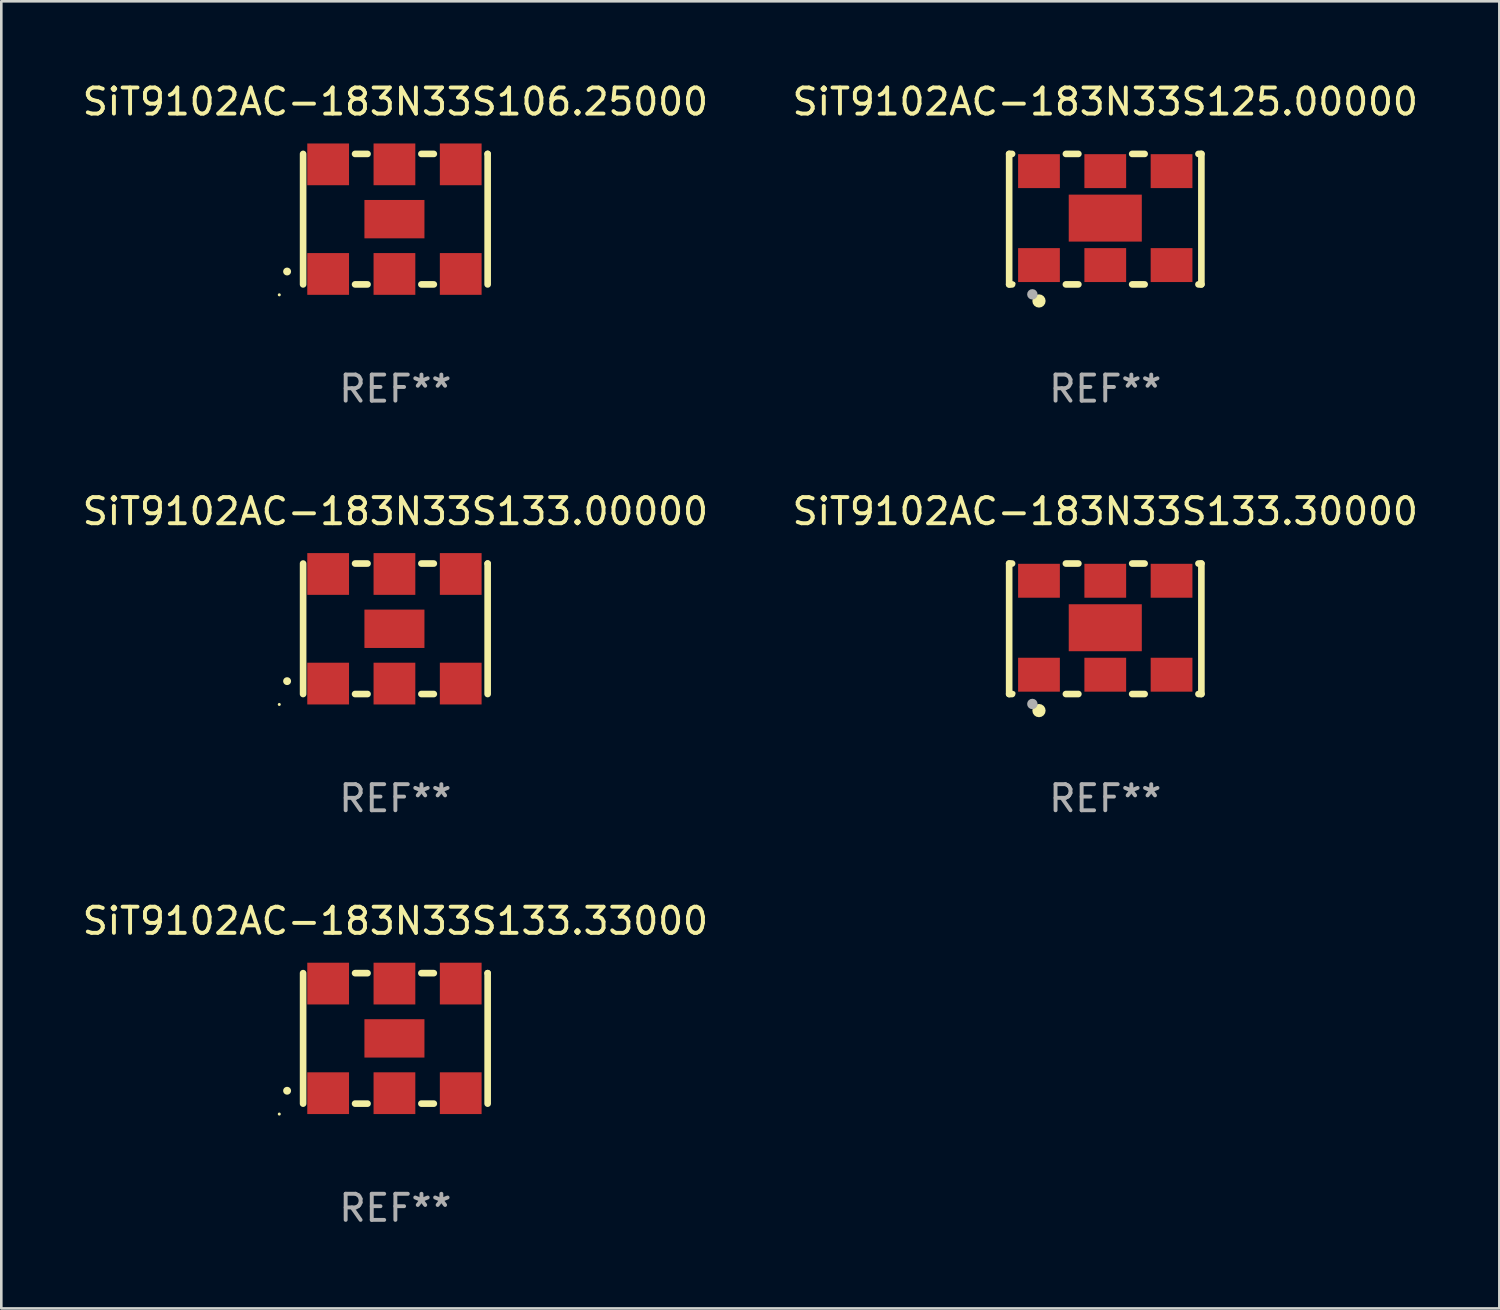
<source format=kicad_pcb>
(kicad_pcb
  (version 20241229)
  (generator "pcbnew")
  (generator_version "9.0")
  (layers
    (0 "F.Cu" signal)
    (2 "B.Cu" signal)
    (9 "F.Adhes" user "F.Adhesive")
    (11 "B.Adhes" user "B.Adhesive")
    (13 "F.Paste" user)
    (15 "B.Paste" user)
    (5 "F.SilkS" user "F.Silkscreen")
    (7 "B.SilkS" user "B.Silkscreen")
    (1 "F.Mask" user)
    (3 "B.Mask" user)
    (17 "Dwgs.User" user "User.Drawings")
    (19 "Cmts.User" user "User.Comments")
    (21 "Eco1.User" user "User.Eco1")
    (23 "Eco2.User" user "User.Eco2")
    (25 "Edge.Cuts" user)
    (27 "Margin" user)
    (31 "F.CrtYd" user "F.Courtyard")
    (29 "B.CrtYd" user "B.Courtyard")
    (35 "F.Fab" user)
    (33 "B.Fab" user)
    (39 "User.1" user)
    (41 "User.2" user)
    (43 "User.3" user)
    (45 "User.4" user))
  (footprint "SiT9102AC-183N33S133.00000"
    (layer "F.Cu")
    (at 12.101 21.045)
    (property "Reference" "SiT9102AC-183N33S133.00000" (at 0 -4.5 0) (layer "F.SilkS") (effects (font (size 1 1) (thickness 0.15))))
    (attr through_hole)
    (fp_line (start -3.536 -2.5) (end -3.536 2.5) (stroke (width 0.254) (type solid)) (layer "F.SilkS"))
    (fp_line (start -1.544 2.5) (end -1.067 2.5) (stroke (width 0.254) (type solid)) (layer "F.SilkS"))
    (fp_line (start -1.067 -2.5) (end -1.544 -2.5) (stroke (width 0.254) (type solid)) (layer "F.SilkS"))
    (fp_line (start 0.996 2.5) (end 1.473 2.5) (stroke (width 0.254) (type solid)) (layer "F.SilkS"))
    (fp_line (start 1.473 -2.5) (end 0.996 -2.5) (stroke (width 0.254) (type solid)) (layer "F.SilkS"))
    (fp_line (start 3.536 -2.5) (end 3.536 -2.5) (stroke (width 0.254) (type solid)) (layer "F.SilkS"))
    (fp_line (start 3.536 2.5) (end 3.536 -2.5) (stroke (width 0.254) (type solid)) (layer "F.SilkS"))
    (fp_arc (start -4.150432 2.006604) (mid -4.149162 2.006599) (end -4.147892 2.006604) (stroke (width 0.3) (type solid)) (layer "F.SilkS"))
    (fp_circle (center -4.449 2.9) (end -4.419 2.9) (stroke (width 0.06) (type solid)) (fill no) (layer "F.SilkS"))
    (fp_text user "REF**" (at 0 6.5 0) (layer "F.Fab") (effects (font (size 1 1) (thickness 0.15))))
    (pad "1" smd rect (at -2.576 2.1) (size 1.6 1.6) (layers "F.Cu" "F.Mask" "F.Paste"))
    (pad "2" smd rect (at -0.036 2.1) (size 1.6 1.6) (layers "F.Cu" "F.Mask" "F.Paste"))
    (pad "3" smd rect (at 2.504 2.1) (size 1.6 1.6) (layers "F.Cu" "F.Mask" "F.Paste"))
    (pad "4" smd rect (at 2.504 -2.1) (size 1.6 1.6) (layers "F.Cu" "F.Mask" "F.Paste"))
    (pad "5" smd rect (at -0.036 -2.1) (size 1.6 1.6) (layers "F.Cu" "F.Mask" "F.Paste"))
    (pad "6" smd rect (at -2.576 -2.1) (size 1.6 1.6) (layers "F.Cu" "F.Mask" "F.Paste"))
    (pad "7" smd rect (at -0.036 0) (size 2.3 1.47) (layers "F.Cu" "F.Mask" "F.Paste")))
  (footprint "SiT9102AC-183N33S133.33000"
    (layer "F.Cu")
    (at 12.101 36.741)
    (property "Reference" "SiT9102AC-183N33S133.33000" (at 0 -4.5 0) (layer "F.SilkS") (effects (font (size 1 1) (thickness 0.15))))
    (attr through_hole)
    (fp_line (start -3.536 -2.5) (end -3.536 2.5) (stroke (width 0.254) (type solid)) (layer "F.SilkS"))
    (fp_line (start -1.544 2.5) (end -1.067 2.5) (stroke (width 0.254) (type solid)) (layer "F.SilkS"))
    (fp_line (start -1.067 -2.5) (end -1.544 -2.5) (stroke (width 0.254) (type solid)) (layer "F.SilkS"))
    (fp_line (start 0.996 2.5) (end 1.473 2.5) (stroke (width 0.254) (type solid)) (layer "F.SilkS"))
    (fp_line (start 1.473 -2.5) (end 0.996 -2.5) (stroke (width 0.254) (type solid)) (layer "F.SilkS"))
    (fp_line (start 3.536 -2.5) (end 3.536 -2.5) (stroke (width 0.254) (type solid)) (layer "F.SilkS"))
    (fp_line (start 3.536 2.5) (end 3.536 -2.5) (stroke (width 0.254) (type solid)) (layer "F.SilkS"))
    (fp_arc (start -4.150432 2.006604) (mid -4.149162 2.006599) (end -4.147892 2.006604) (stroke (width 0.3) (type solid)) (layer "F.SilkS"))
    (fp_circle (center -4.449 2.9) (end -4.419 2.9) (stroke (width 0.06) (type solid)) (fill no) (layer "F.SilkS"))
    (fp_text user "REF**" (at 0 6.5 0) (layer "F.Fab") (effects (font (size 1 1) (thickness 0.15))))
    (pad "1" smd rect (at -2.576 2.1) (size 1.6 1.6) (layers "F.Cu" "F.Mask" "F.Paste"))
    (pad "2" smd rect (at -0.036 2.1) (size 1.6 1.6) (layers "F.Cu" "F.Mask" "F.Paste"))
    (pad "3" smd rect (at 2.504 2.1) (size 1.6 1.6) (layers "F.Cu" "F.Mask" "F.Paste"))
    (pad "4" smd rect (at 2.504 -2.1) (size 1.6 1.6) (layers "F.Cu" "F.Mask" "F.Paste"))
    (pad "5" smd rect (at -0.036 -2.1) (size 1.6 1.6) (layers "F.Cu" "F.Mask" "F.Paste"))
    (pad "6" smd rect (at -2.576 -2.1) (size 1.6 1.6) (layers "F.Cu" "F.Mask" "F.Paste"))
    (pad "7" smd rect (at -0.036 0) (size 2.3 1.47) (layers "F.Cu" "F.Mask" "F.Paste")))
  (footprint "SiT9102AC-183N33S125.00000"
    (layer "F.Cu")
    (at 39.304 5.348)
    (property "Reference" "SiT9102AC-183N33S125.00000" (at 0 -4.5 0) (layer "F.SilkS") (effects (font (size 1 1) (thickness 0.15))))
    (attr through_hole)
    (fp_line (start -3.683 -2.5) (end -3.571 -2.5) (stroke (width 0.254) (type solid)) (layer "F.SilkS"))
    (fp_line (start -3.683 2.5) (end -3.683 -2.5) (stroke (width 0.254) (type solid)) (layer "F.SilkS"))
    (fp_line (start -3.683 2.5) (end -3.571 2.5) (stroke (width 0.254) (type solid)) (layer "F.SilkS"))
    (fp_line (start -1.509 -2.5) (end -1.031 -2.5) (stroke (width 0.254) (type solid)) (layer "F.SilkS"))
    (fp_line (start -1.509 2.5) (end -1.031 2.5) (stroke (width 0.254) (type solid)) (layer "F.SilkS"))
    (fp_line (start 1.031 -2.5) (end 1.509 -2.5) (stroke (width 0.254) (type solid)) (layer "F.SilkS"))
    (fp_line (start 1.031 2.5) (end 1.509 2.5) (stroke (width 0.254) (type solid)) (layer "F.SilkS"))
    (fp_line (start 3.571 -2.5) (end 3.683 -2.5) (stroke (width 0.254) (type solid)) (layer "F.SilkS"))
    (fp_line (start 3.571 2.5) (end 3.683 2.5) (stroke (width 0.254) (type solid)) (layer "F.SilkS"))
    (fp_line (start 3.683 2.5) (end 3.683 -2.5) (stroke (width 0.254) (type solid)) (layer "F.SilkS"))
    (fp_circle (center -3.5 2.46) (end -3.47 2.46) (stroke (width 0.06) (type solid)) (fill no) (layer "F.SilkS"))
    (fp_circle (center -2.54 3.135) (end -2.413 3.135) (stroke (width 0.254) (type solid)) (fill no) (layer "F.SilkS"))
    (fp_circle (center -2.794 2.881) (end -2.694 2.881) (stroke (width 0.2) (type solid)) (fill no) (layer "F.Fab"))
    (fp_text user "REF**" (at 0 6.5 0) (layer "F.Fab") (effects (font (size 1 1) (thickness 0.15))))
    (pad "1" smd rect (at -2.54 1.76) (size 1.6 1.3) (layers "F.Cu" "F.Mask" "F.Paste"))
    (pad "2" smd rect (at 0 1.76) (size 1.6 1.3) (layers "F.Cu" "F.Mask" "F.Paste"))
    (pad "3" smd rect (at 2.54 1.76) (size 1.6 1.3) (layers "F.Cu" "F.Mask" "F.Paste"))
    (pad "4" smd rect (at 2.54 -1.84) (size 1.6 1.3) (layers "F.Cu" "F.Mask" "F.Paste"))
    (pad "5" smd rect (at 0 -1.84) (size 1.6 1.3) (layers "F.Cu" "F.Mask" "F.Paste"))
    (pad "6" smd rect (at -2.54 -1.84) (size 1.6 1.3) (layers "F.Cu" "F.Mask" "F.Paste"))
    (pad "7" smd rect (at 0 -0.04) (size 2.8 1.8) (layers "F.Cu" "F.Mask" "F.Paste")))
  (footprint "SiT9102AC-183N33S133.30000"
    (layer "F.Cu")
    (at 39.304 21.045)
    (property "Reference" "SiT9102AC-183N33S133.30000" (at 0 -4.5 0) (layer "F.SilkS") (effects (font (size 1 1) (thickness 0.15))))
    (attr through_hole)
    (fp_line (start -3.683 -2.5) (end -3.571 -2.5) (stroke (width 0.254) (type solid)) (layer "F.SilkS"))
    (fp_line (start -3.683 2.5) (end -3.683 -2.5) (stroke (width 0.254) (type solid)) (layer "F.SilkS"))
    (fp_line (start -3.683 2.5) (end -3.571 2.5) (stroke (width 0.254) (type solid)) (layer "F.SilkS"))
    (fp_line (start -1.509 -2.5) (end -1.031 -2.5) (stroke (width 0.254) (type solid)) (layer "F.SilkS"))
    (fp_line (start -1.509 2.5) (end -1.031 2.5) (stroke (width 0.254) (type solid)) (layer "F.SilkS"))
    (fp_line (start 1.031 -2.5) (end 1.509 -2.5) (stroke (width 0.254) (type solid)) (layer "F.SilkS"))
    (fp_line (start 1.031 2.5) (end 1.509 2.5) (stroke (width 0.254) (type solid)) (layer "F.SilkS"))
    (fp_line (start 3.571 -2.5) (end 3.683 -2.5) (stroke (width 0.254) (type solid)) (layer "F.SilkS"))
    (fp_line (start 3.571 2.5) (end 3.683 2.5) (stroke (width 0.254) (type solid)) (layer "F.SilkS"))
    (fp_line (start 3.683 2.5) (end 3.683 -2.5) (stroke (width 0.254) (type solid)) (layer "F.SilkS"))
    (fp_circle (center -3.5 2.46) (end -3.47 2.46) (stroke (width 0.06) (type solid)) (fill no) (layer "F.SilkS"))
    (fp_circle (center -2.54 3.135) (end -2.413 3.135) (stroke (width 0.254) (type solid)) (fill no) (layer "F.SilkS"))
    (fp_circle (center -2.794 2.881) (end -2.694 2.881) (stroke (width 0.2) (type solid)) (fill no) (layer "F.Fab"))
    (fp_text user "REF**" (at 0 6.5 0) (layer "F.Fab") (effects (font (size 1 1) (thickness 0.15))))
    (pad "1" smd rect (at -2.54 1.76) (size 1.6 1.3) (layers "F.Cu" "F.Mask" "F.Paste"))
    (pad "2" smd rect (at 0 1.76) (size 1.6 1.3) (layers "F.Cu" "F.Mask" "F.Paste"))
    (pad "3" smd rect (at 2.54 1.76) (size 1.6 1.3) (layers "F.Cu" "F.Mask" "F.Paste"))
    (pad "4" smd rect (at 2.54 -1.84) (size 1.6 1.3) (layers "F.Cu" "F.Mask" "F.Paste"))
    (pad "5" smd rect (at 0 -1.84) (size 1.6 1.3) (layers "F.Cu" "F.Mask" "F.Paste"))
    (pad "6" smd rect (at -2.54 -1.84) (size 1.6 1.3) (layers "F.Cu" "F.Mask" "F.Paste"))
    (pad "7" smd rect (at 0 -0.04) (size 2.8 1.8) (layers "F.Cu" "F.Mask" "F.Paste")))
  (footprint "SiT9102AC-183N33S106.25000"
    (layer "F.Cu")
    (at 12.101 5.348)
    (property "Reference" "SiT9102AC-183N33S106.25000" (at 0 -4.5 0) (layer "F.SilkS") (effects (font (size 1 1) (thickness 0.15))))
    (attr through_hole)
    (fp_line (start -3.536 -2.5) (end -3.536 2.5) (stroke (width 0.254) (type solid)) (layer "F.SilkS"))
    (fp_line (start -1.544 2.5) (end -1.067 2.5) (stroke (width 0.254) (type solid)) (layer "F.SilkS"))
    (fp_line (start -1.067 -2.5) (end -1.544 -2.5) (stroke (width 0.254) (type solid)) (layer "F.SilkS"))
    (fp_line (start 0.996 2.5) (end 1.473 2.5) (stroke (width 0.254) (type solid)) (layer "F.SilkS"))
    (fp_line (start 1.473 -2.5) (end 0.996 -2.5) (stroke (width 0.254) (type solid)) (layer "F.SilkS"))
    (fp_line (start 3.536 -2.5) (end 3.536 -2.5) (stroke (width 0.254) (type solid)) (layer "F.SilkS"))
    (fp_line (start 3.536 2.5) (end 3.536 -2.5) (stroke (width 0.254) (type solid)) (layer "F.SilkS"))
    (fp_arc (start -4.150432 2.006604) (mid -4.149162 2.006599) (end -4.147892 2.006604) (stroke (width 0.3) (type solid)) (layer "F.SilkS"))
    (fp_circle (center -4.449 2.9) (end -4.419 2.9) (stroke (width 0.06) (type solid)) (fill no) (layer "F.SilkS"))
    (fp_text user "REF**" (at 0 6.5 0) (layer "F.Fab") (effects (font (size 1 1) (thickness 0.15))))
    (pad "1" smd rect (at -2.576 2.1) (size 1.6 1.6) (layers "F.Cu" "F.Mask" "F.Paste"))
    (pad "2" smd rect (at -0.036 2.1) (size 1.6 1.6) (layers "F.Cu" "F.Mask" "F.Paste"))
    (pad "3" smd rect (at 2.504 2.1) (size 1.6 1.6) (layers "F.Cu" "F.Mask" "F.Paste"))
    (pad "4" smd rect (at 2.504 -2.1) (size 1.6 1.6) (layers "F.Cu" "F.Mask" "F.Paste"))
    (pad "5" smd rect (at -0.036 -2.1) (size 1.6 1.6) (layers "F.Cu" "F.Mask" "F.Paste"))
    (pad "6" smd rect (at -2.576 -2.1) (size 1.6 1.6) (layers "F.Cu" "F.Mask" "F.Paste"))
    (pad "7" smd rect (at -0.036 0) (size 2.3 1.47) (layers "F.Cu" "F.Mask" "F.Paste")))
  (gr_rect
    (start -3 -3)
    (end 54.405 47.09)
    (stroke (width 0.1) (type default))
    (fill no)
    (layer "Edge.Cuts")))
</source>
